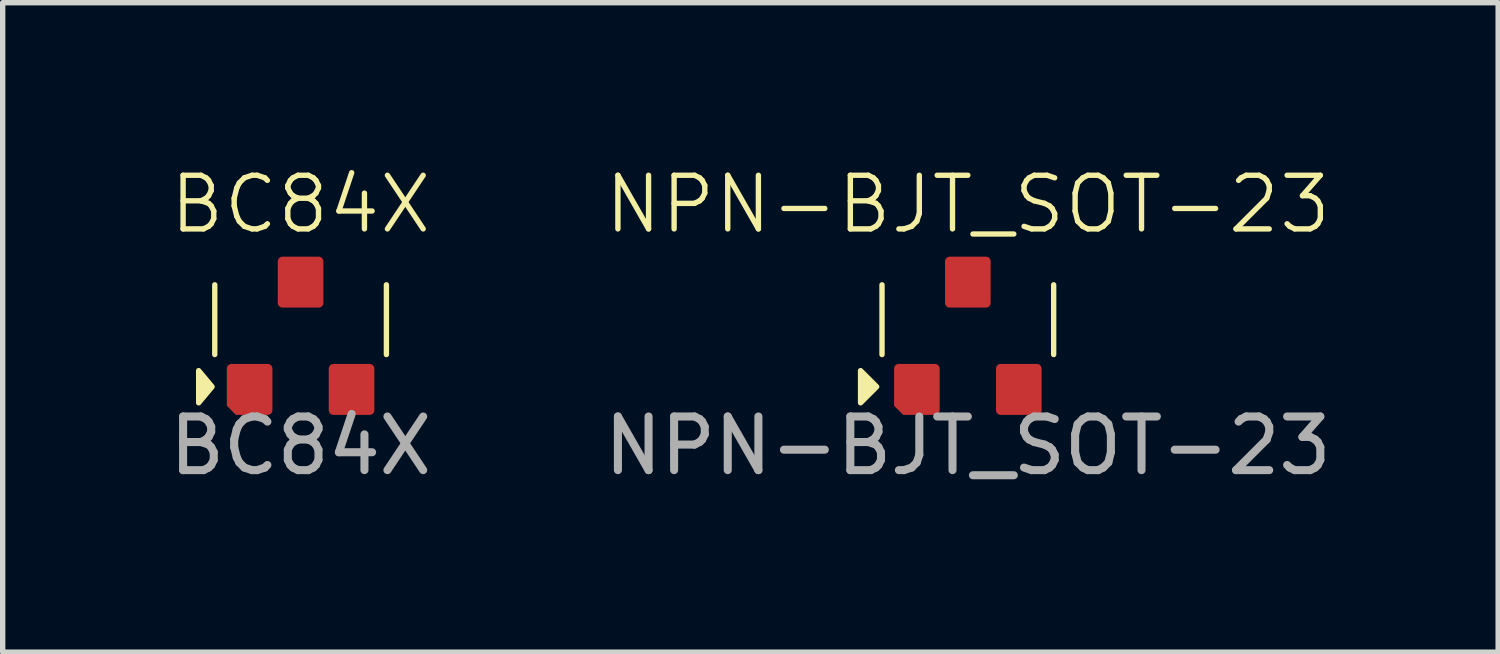
<source format=kicad_pcb>
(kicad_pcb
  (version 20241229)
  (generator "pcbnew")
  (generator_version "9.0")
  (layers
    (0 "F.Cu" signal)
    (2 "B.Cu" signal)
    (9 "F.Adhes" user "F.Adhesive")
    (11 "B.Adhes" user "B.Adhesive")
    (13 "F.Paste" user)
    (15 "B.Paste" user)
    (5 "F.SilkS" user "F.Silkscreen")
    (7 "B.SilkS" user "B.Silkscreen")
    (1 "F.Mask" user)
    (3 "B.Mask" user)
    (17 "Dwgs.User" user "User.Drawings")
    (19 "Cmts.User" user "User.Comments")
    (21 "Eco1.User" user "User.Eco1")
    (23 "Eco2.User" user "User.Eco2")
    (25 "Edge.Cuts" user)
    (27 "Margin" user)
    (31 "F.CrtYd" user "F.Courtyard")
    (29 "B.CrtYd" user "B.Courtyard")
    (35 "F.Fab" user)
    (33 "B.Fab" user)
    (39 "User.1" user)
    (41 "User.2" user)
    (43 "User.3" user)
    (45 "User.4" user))
  (footprint "NPN-BJT_SOT-23"
    (layer "F.Cu")
    (at 14.994 3.26)
    (property "Reference" "NPN-BJT_SOT-23" (at 0 -2.5 0) (unlocked yes) (layer "F.SilkS") (effects (font (size 1 1) (thickness 0.1))))
    (attr smd)
    (fp_line (start -1.6 0.3) (end -1.6 -1) (stroke (width 0.1) (type default)) (layer "F.SilkS"))
    (fp_line (start 1.6 0.3) (end 1.6 -1) (stroke (width 0.1) (type default)) (layer "F.SilkS"))
    (fp_poly (pts (xy -1.7 0.9) (xy -2 0.6) (xy -2 1.2)) (stroke (width 0.1) (type solid)) (fill yes) (layer "F.SilkS"))
    (fp_rect (start -1.7 -1.8) (end 1.7 1.7) (stroke (width 0.1) (type default)) (fill no) (layer "Margin"))
    (fp_text user "${REFERENCE}" (at 0 2 0) (unlocked yes) (layer "F.Fab") (effects (font (size 1 1) (thickness 0.15))))
    (pad "1" smd roundrect (at -0.95 0.95) (size 0.85 0.95) (layers "F.Cu" "F.Mask" "F.Paste") (roundrect_rratio 0.1) (chamfer_ratio 0.2) (chamfer bottom_left))
    (pad "2" smd roundrect (at 0.95 0.95) (size 0.85 0.95) (layers "F.Cu" "F.Mask" "F.Paste") (roundrect_rratio 0.1))
    (pad "3" smd roundrect (at 0 -1.05) (size 0.85 0.95) (layers "F.Cu" "F.Mask" "F.Paste") (roundrect_rratio 0.1)))
  (footprint "BC84X"
    (layer "F.Cu")
    (at 2.554 3.26)
    (property "Reference" "BC84X" (at 0 -2.5 0) (unlocked yes) (layer "F.SilkS") (effects (font (size 1 1) (thickness 0.1))))
    (attr smd)
    (fp_line (start -1.6 0.3) (end -1.6 -1) (stroke (width 0.1) (type default)) (layer "F.SilkS"))
    (fp_line (start 1.6 0.3) (end 1.6 -1) (stroke (width 0.1) (type default)) (layer "F.SilkS"))
    (fp_poly (pts (xy -1.65 0.9) (xy -1.9 0.6) (xy -1.9 1.2)) (stroke (width 0.1) (type solid)) (fill yes) (layer "F.SilkS"))
    (fp_rect (start -1.65 -1.8) (end 1.65 1.7) (stroke (width 0.05) (type default)) (fill no) (layer "Margin"))
    (fp_text user "${REFERENCE}" (at 0 2 0) (unlocked yes) (layer "F.Fab") (effects (font (size 1 1) (thickness 0.15))))
    (pad "1" smd roundrect (at -0.95 0.95) (size 0.85 0.95) (layers "F.Cu" "F.Mask" "F.Paste") (roundrect_rratio 0.1) (chamfer_ratio 0.2) (chamfer bottom_left))
    (pad "2" smd roundrect (at 0.95 0.95) (size 0.85 0.95) (layers "F.Cu" "F.Mask" "F.Paste") (roundrect_rratio 0.1))
    (pad "3" smd roundrect (at 0 -1.05) (size 0.85 0.95) (layers "F.Cu" "F.Mask" "F.Paste") (roundrect_rratio 0.1)))
  (gr_rect
    (start -3 -3)
    (end 24.881 9.109)
    (stroke (width 0.1) (type default))
    (fill no)
    (layer "Edge.Cuts")))
</source>
